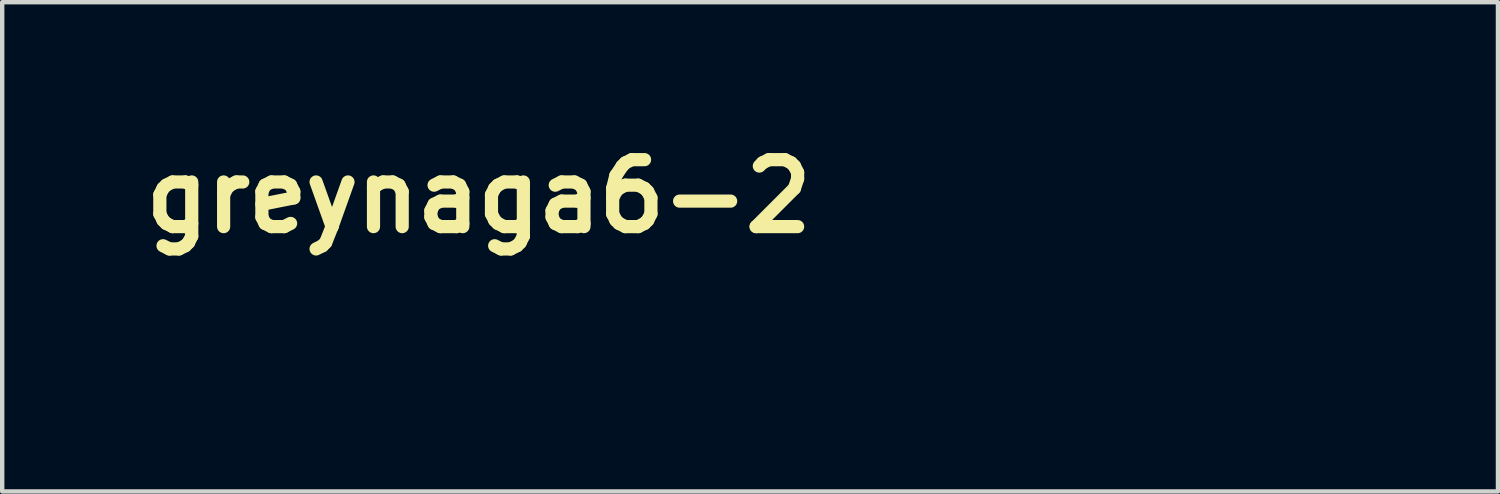
<source format=kicad_pcb>
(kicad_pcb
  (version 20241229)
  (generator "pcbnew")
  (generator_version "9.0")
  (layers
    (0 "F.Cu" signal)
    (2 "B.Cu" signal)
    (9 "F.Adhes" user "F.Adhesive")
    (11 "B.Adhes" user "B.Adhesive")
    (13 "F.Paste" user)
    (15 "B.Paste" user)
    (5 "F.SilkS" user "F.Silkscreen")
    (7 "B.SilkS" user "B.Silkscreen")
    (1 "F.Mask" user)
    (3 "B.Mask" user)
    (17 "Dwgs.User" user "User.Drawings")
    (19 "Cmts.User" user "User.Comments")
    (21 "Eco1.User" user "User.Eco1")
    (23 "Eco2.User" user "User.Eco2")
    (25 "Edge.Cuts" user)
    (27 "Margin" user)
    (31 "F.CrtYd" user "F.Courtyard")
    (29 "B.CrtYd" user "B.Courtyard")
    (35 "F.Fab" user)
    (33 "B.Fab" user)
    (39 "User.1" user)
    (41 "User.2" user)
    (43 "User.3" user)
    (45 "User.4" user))
  (footprint "greynaga6-2"
    (layer "F.Cu")
    (at 24.345 4.368)
    (property "Reference" "greynaga6-2" (at -16.5 -2.95 0) (layer "F.SilkS") (effects (font (size 1.524 1.524) (thickness 0.3))))
    (attr through_hole)
    (fp_poly (pts (xy -1.409 -0.258) (xy -1.362 -0.252) (xy -1.317 -0.242) (xy -1.274 -0.227) (xy -1.236 -0.209) (xy -1.232 -0.206) (xy -1.193 -0.181) (xy -1.158 -0.151) (xy -1.127 -0.119) (xy -1.1 -0.084) (xy -1.079 -0.048) (xy -1.071 -0.032) (xy -1.06 -0.0002) (xy -1.051 0.032) (xy -1.045 0.067) (xy -1.042 0.106) (xy -1.041 0.142) (xy -1.041 0.181) (xy -1.361 0.181) (xy -1.413 0.181) (xy -1.459 0.181) (xy -1.5 0.181) (xy -1.535 0.181) (xy -1.565 0.181) (xy -1.591 0.181) (xy -1.613 0.181) (xy -1.63 0.182) (xy -1.645 0.182) (xy -1.656 0.182) (xy -1.664 0.183) (xy -1.67 0.183) (xy -1.675 0.184) (xy -1.677 0.184) (xy -1.678 0.185) (xy -1.678 0.186) (xy -1.678 0.187) (xy -1.671 0.2) (xy -1.661 0.216) (xy -1.649 0.232) (xy -1.636 0.246) (xy -1.611 0.267) (xy -1.581 0.284) (xy -1.546 0.298) (xy -1.507 0.307) (xy -1.464 0.313) (xy -1.418 0.314) (xy -1.369 0.311) (xy -1.356 0.31) (xy -1.335 0.307) (xy -1.315 0.304) (xy -1.294 0.3) (xy -1.271 0.296) (xy -1.245 0.29) (xy -1.215 0.282) (xy -1.203 0.279) (xy -1.174 0.272) (xy -1.149 0.268) (xy -1.129 0.265) (xy -1.113 0.264) (xy -1.099 0.266) (xy -1.088 0.269) (xy -1.078 0.275) (xy -1.069 0.282) (xy -1.055 0.297) (xy -1.047 0.314) (xy -1.043 0.334) (xy -1.043 0.34) (xy -1.043 0.353) (xy -1.045 0.361) (xy -1.049 0.369) (xy -1.053 0.375) (xy -1.063 0.388) (xy -1.077 0.399) (xy -1.095 0.41) (xy -1.117 0.42) (xy -1.144 0.43) (xy -1.176 0.441) (xy -1.184 0.443) (xy -1.223 0.453) (xy -1.267 0.461) (xy -1.314 0.467) (xy -1.341 0.47) (xy -1.356 0.471) (xy -1.376 0.472) (xy -1.398 0.472) (xy -1.422 0.472) (xy -1.445 0.473) (xy -1.467 0.472) (xy -1.486 0.472) (xy -1.501 0.471) (xy -1.508 0.471) (xy -1.516 0.47) (xy -1.528 0.468) (xy -1.543 0.465) (xy -1.55 0.464) (xy -1.599 0.451) (xy -1.645 0.434) (xy -1.687 0.411) (xy -1.725 0.383) (xy -1.756 0.356) (xy -1.786 0.322) (xy -1.811 0.287) (xy -1.83 0.249) (xy -1.843 0.209) (xy -1.852 0.165) (xy -1.854 0.144) (xy -1.855 0.095) (xy -1.851 0.048) (xy -1.849 0.038) (xy -1.676 0.038) (xy -1.222 0.038) (xy -1.224 0.029) (xy -1.229 0.017) (xy -1.237 0.002) (xy -1.249 -0.014) (xy -1.261 -0.029) (xy -1.264 -0.031) (xy -1.283 -0.047) (xy -1.305 -0.062) (xy -1.329 -0.075) (xy -1.348 -0.083) (xy -1.384 -0.093) (xy -1.423 -0.098) (xy -1.462 -0.098) (xy -1.502 -0.094) (xy -1.539 -0.086) (xy -1.555 -0.081) (xy -1.584 -0.067) (xy -1.611 -0.05) (xy -1.634 -0.03) (xy -1.653 -0.008) (xy -1.667 0.015) (xy -1.672 0.026) (xy -1.676 0.038) (xy -1.849 0.038) (xy -1.84 0.003) (xy -1.824 -0.04) (xy -1.803 -0.079) (xy -1.775 -0.116) (xy -1.742 -0.15) (xy -1.734 -0.158) (xy -1.7 -0.184) (xy -1.667 -0.205) (xy -1.632 -0.223) (xy -1.596 -0.237) (xy -1.551 -0.249) (xy -1.505 -0.256) (xy -1.457 -0.259) (xy -1.409 -0.258)) (stroke (width 0.01) (type solid)) (fill yes) (layer "F.Mask"))
    (fp_poly (pts (xy 3.295 -0.258) (xy 3.342 -0.252) (xy 3.385 -0.243) (xy 3.402 -0.238) (xy 3.436 -0.224) (xy 3.467 -0.206) (xy 3.495 -0.185) (xy 3.518 -0.162) (xy 3.536 -0.136) (xy 3.541 -0.126) (xy 3.546 -0.117) (xy 3.549 -0.109) (xy 3.552 -0.101) (xy 3.555 -0.092) (xy 3.557 -0.082) (xy 3.559 -0.071) (xy 3.56 -0.058) (xy 3.561 -0.041) (xy 3.561 -0.022) (xy 3.562 0.002) (xy 3.562 0.029) (xy 3.562 0.062) (xy 3.562 0.101) (xy 3.562 0.115) (xy 3.562 0.288) (xy 3.595 0.29) (xy 3.622 0.293) (xy 3.644 0.298) (xy 3.661 0.306) (xy 3.674 0.317) (xy 3.684 0.331) (xy 3.688 0.34) (xy 3.69 0.35) (xy 3.691 0.363) (xy 3.691 0.37) (xy 3.691 0.384) (xy 3.689 0.393) (xy 3.687 0.401) (xy 3.683 0.409) (xy 3.681 0.411) (xy 3.673 0.423) (xy 3.663 0.431) (xy 3.653 0.437) (xy 3.634 0.446) (xy 3.517 0.447) (xy 3.4 0.448) (xy 3.4 0.416) (xy 3.382 0.424) (xy 3.356 0.435) (xy 3.325 0.446) (xy 3.294 0.455) (xy 3.264 0.463) (xy 3.243 0.466) (xy 3.219 0.469) (xy 3.192 0.471) (xy 3.164 0.472) (xy 3.136 0.472) (xy 3.111 0.472) (xy 3.088 0.47) (xy 3.073 0.468) (xy 3.033 0.458) (xy 2.996 0.444) (xy 2.962 0.426) (xy 2.932 0.405) (xy 2.907 0.38) (xy 2.886 0.353) (xy 2.871 0.324) (xy 2.865 0.307) (xy 2.862 0.289) (xy 2.861 0.267) (xy 2.861 0.255) (xy 3.029 0.255) (xy 3.032 0.267) (xy 3.041 0.28) (xy 3.054 0.291) (xy 3.072 0.301) (xy 3.093 0.308) (xy 3.1 0.31) (xy 3.117 0.312) (xy 3.138 0.313) (xy 3.163 0.313) (xy 3.188 0.311) (xy 3.213 0.308) (xy 3.236 0.304) (xy 3.239 0.304) (xy 3.272 0.295) (xy 3.304 0.284) (xy 3.336 0.27) (xy 3.364 0.256) (xy 3.402 0.237) (xy 3.403 0.198) (xy 3.404 0.159) (xy 3.384 0.156) (xy 3.346 0.15) (xy 3.308 0.146) (xy 3.27 0.144) (xy 3.235 0.143) (xy 3.202 0.145) (xy 3.174 0.148) (xy 3.151 0.152) (xy 3.122 0.162) (xy 3.095 0.174) (xy 3.073 0.188) (xy 3.054 0.204) (xy 3.04 0.221) (xy 3.032 0.238) (xy 3.029 0.255) (xy 2.861 0.255) (xy 2.861 0.243) (xy 2.864 0.22) (xy 2.869 0.2) (xy 2.871 0.193) (xy 2.882 0.168) (xy 2.895 0.146) (xy 2.912 0.124) (xy 2.926 0.109) (xy 2.959 0.08) (xy 2.994 0.055) (xy 3.033 0.034) (xy 3.075 0.018) (xy 3.122 0.006) (xy 3.14 0.003) (xy 3.165 -0.001) (xy 3.195 -0.003) (xy 3.229 -0.004) (xy 3.264 -0.004) (xy 3.299 -0.002) (xy 3.333 0.000095) (xy 3.364 0.004) (xy 3.392 0.008) (xy 3.392 0.008) (xy 3.4 0.01) (xy 3.4 -0.016) (xy 3.4 -0.033) (xy 3.397 -0.046) (xy 3.392 -0.056) (xy 3.384 -0.066) (xy 3.38 -0.069) (xy 3.365 -0.08) (xy 3.345 -0.088) (xy 3.322 -0.094) (xy 3.294 -0.097) (xy 3.26 -0.098) (xy 3.256 -0.098) (xy 3.237 -0.098) (xy 3.218 -0.097) (xy 3.199 -0.095) (xy 3.178 -0.093) (xy 3.155 -0.089) (xy 3.127 -0.084) (xy 3.1 -0.078) (xy 3.07 -0.072) (xy 3.045 -0.068) (xy 3.026 -0.065) (xy 3.009 -0.064) (xy 2.996 -0.065) (xy 2.985 -0.068) (xy 2.975 -0.072) (xy 2.966 -0.079) (xy 2.961 -0.083) (xy 2.948 -0.099) (xy 2.939 -0.117) (xy 2.935 -0.137) (xy 2.935 -0.158) (xy 2.941 -0.177) (xy 2.949 -0.19) (xy 2.955 -0.197) (xy 2.965 -0.204) (xy 2.978 -0.21) (xy 2.995 -0.217) (xy 3.017 -0.224) (xy 3.029 -0.227) (xy 3.083 -0.241) (xy 3.138 -0.251) (xy 3.192 -0.257) (xy 3.245 -0.259) (xy 3.295 -0.258)) (stroke (width 0.01) (type solid)) (fill yes) (layer "F.Mask"))
    (fp_poly (pts (xy 0.542 -0.256) (xy 0.582 -0.249) (xy 0.619 -0.238) (xy 0.653 -0.222) (xy 0.684 -0.2) (xy 0.707 -0.179) (xy 0.72 -0.165) (xy 0.731 -0.152) (xy 0.739 -0.139) (xy 0.747 -0.124) (xy 0.753 -0.112) (xy 0.758 -0.101) (xy 0.762 -0.091) (xy 0.765 -0.08) (xy 0.768 -0.069) (xy 0.77 -0.055) (xy 0.772 -0.04) (xy 0.773 -0.022) (xy 0.774 -0.001) (xy 0.774 0.025) (xy 0.774 0.055) (xy 0.775 0.09) (xy 0.775 0.127) (xy 0.775 0.288) (xy 0.795 0.29) (xy 0.819 0.295) (xy 0.839 0.304) (xy 0.854 0.316) (xy 0.864 0.332) (xy 0.869 0.353) (xy 0.87 0.368) (xy 0.868 0.39) (xy 0.863 0.407) (xy 0.853 0.421) (xy 0.848 0.426) (xy 0.842 0.431) (xy 0.837 0.435) (xy 0.831 0.439) (xy 0.825 0.441) (xy 0.817 0.443) (xy 0.807 0.444) (xy 0.794 0.445) (xy 0.777 0.446) (xy 0.757 0.446) (xy 0.731 0.446) (xy 0.699 0.446) (xy 0.579 0.446) (xy 0.56 0.437) (xy 0.543 0.426) (xy 0.532 0.414) (xy 0.525 0.399) (xy 0.522 0.379) (xy 0.521 0.377) (xy 0.522 0.353) (xy 0.527 0.333) (xy 0.536 0.317) (xy 0.551 0.305) (xy 0.571 0.296) (xy 0.592 0.291) (xy 0.616 0.287) (xy 0.616 0.143) (xy 0.616 0.106) (xy 0.616 0.074) (xy 0.615 0.048) (xy 0.615 0.026) (xy 0.614 0.008) (xy 0.613 -0.006) (xy 0.612 -0.018) (xy 0.61 -0.027) (xy 0.607 -0.035) (xy 0.604 -0.041) (xy 0.601 -0.048) (xy 0.598 -0.052) (xy 0.585 -0.066) (xy 0.568 -0.079) (xy 0.548 -0.088) (xy 0.54 -0.091) (xy 0.53 -0.094) (xy 0.518 -0.095) (xy 0.503 -0.096) (xy 0.483 -0.097) (xy 0.476 -0.097) (xy 0.457 -0.097) (xy 0.443 -0.096) (xy 0.433 -0.095) (xy 0.424 -0.094) (xy 0.415 -0.091) (xy 0.407 -0.088) (xy 0.383 -0.077) (xy 0.357 -0.062) (xy 0.331 -0.041) (xy 0.312 -0.024) (xy 0.283 0.004) (xy 0.283 0.289) (xy 0.295 0.289) (xy 0.31 0.29) (xy 0.327 0.293) (xy 0.343 0.297) (xy 0.355 0.301) (xy 0.355 0.302) (xy 0.373 0.313) (xy 0.385 0.329) (xy 0.391 0.348) (xy 0.394 0.371) (xy 0.392 0.392) (xy 0.385 0.41) (xy 0.375 0.424) (xy 0.358 0.435) (xy 0.351 0.439) (xy 0.347 0.441) (xy 0.343 0.442) (xy 0.338 0.443) (xy 0.332 0.444) (xy 0.324 0.445) (xy 0.314 0.446) (xy 0.3 0.446) (xy 0.283 0.446) (xy 0.261 0.446) (xy 0.234 0.447) (xy 0.206 0.447) (xy 0.172 0.447) (xy 0.143 0.447) (xy 0.119 0.447) (xy 0.101 0.446) (xy 0.086 0.446) (xy 0.076 0.445) (xy 0.069 0.444) (xy 0.065 0.443) (xy 0.044 0.435) (xy 0.028 0.423) (xy 0.018 0.409) (xy 0.012 0.391) (xy 0.01 0.368) (xy 0.01 0.367) (xy 0.012 0.345) (xy 0.02 0.326) (xy 0.033 0.311) (xy 0.048 0.302) (xy 0.06 0.297) (xy 0.076 0.293) (xy 0.092 0.29) (xy 0.108 0.289) (xy 0.109 0.289) (xy 0.121 0.289) (xy 0.121 -0.078) (xy 0.098 -0.082) (xy 0.085 -0.085) (xy 0.072 -0.089) (xy 0.064 -0.092) (xy 0.047 -0.104) (xy 0.035 -0.119) (xy 0.028 -0.138) (xy 0.026 -0.159) (xy 0.029 -0.182) (xy 0.03 -0.186) (xy 0.038 -0.203) (xy 0.052 -0.218) (xy 0.071 -0.229) (xy 0.076 -0.231) (xy 0.081 -0.233) (xy 0.086 -0.234) (xy 0.093 -0.235) (xy 0.103 -0.236) (xy 0.115 -0.236) (xy 0.131 -0.237) (xy 0.152 -0.237) (xy 0.178 -0.237) (xy 0.185 -0.238) (xy 0.283 -0.239) (xy 0.283 -0.168) (xy 0.302 -0.185) (xy 0.323 -0.201) (xy 0.341 -0.214) (xy 0.36 -0.225) (xy 0.379 -0.235) (xy 0.4 -0.244) (xy 0.421 -0.251) (xy 0.443 -0.255) (xy 0.468 -0.258) (xy 0.497 -0.258) (xy 0.542 -0.256)) (stroke (width 0.01) (type solid)) (fill yes) (layer "F.Mask"))
    (fp_poly (pts (xy 1.429 -0.257) (xy 1.477 -0.25) (xy 1.52 -0.238) (xy 1.559 -0.222) (xy 1.59 -0.205) (xy 1.617 -0.183) (xy 1.64 -0.159) (xy 1.658 -0.132) (xy 1.661 -0.125) (xy 1.665 -0.116) (xy 1.669 -0.107) (xy 1.672 -0.099) (xy 1.675 -0.09) (xy 1.677 -0.079) (xy 1.679 -0.067) (xy 1.68 -0.053) (xy 1.681 -0.035) (xy 1.682 -0.015) (xy 1.682 0.01) (xy 1.683 0.039) (xy 1.683 0.073) (xy 1.683 0.114) (xy 1.683 0.119) (xy 1.683 0.289) (xy 1.703 0.289) (xy 1.733 0.291) (xy 1.759 0.297) (xy 1.779 0.306) (xy 1.795 0.319) (xy 1.805 0.336) (xy 1.81 0.353) (xy 1.811 0.377) (xy 1.807 0.398) (xy 1.798 0.416) (xy 1.784 0.43) (xy 1.765 0.441) (xy 1.758 0.443) (xy 1.753 0.444) (xy 1.745 0.445) (xy 1.736 0.446) (xy 1.723 0.447) (xy 1.706 0.447) (xy 1.685 0.447) (xy 1.66 0.448) (xy 1.631 0.448) (xy 1.521 0.448) (xy 1.521 0.432) (xy 1.521 0.423) (xy 1.52 0.417) (xy 1.519 0.416) (xy 1.516 0.417) (xy 1.508 0.421) (xy 1.502 0.424) (xy 1.478 0.434) (xy 1.45 0.445) (xy 1.418 0.454) (xy 1.385 0.462) (xy 1.353 0.468) (xy 1.348 0.468) (xy 1.333 0.47) (xy 1.313 0.471) (xy 1.291 0.472) (xy 1.268 0.473) (xy 1.246 0.473) (xy 1.226 0.472) (xy 1.209 0.471) (xy 1.2 0.47) (xy 1.157 0.46) (xy 1.117 0.445) (xy 1.081 0.426) (xy 1.049 0.402) (xy 1.031 0.385) (xy 1.011 0.361) (xy 0.996 0.338) (xy 0.987 0.313) (xy 0.981 0.287) (xy 0.98 0.257) (xy 0.98 0.253) (xy 1.149 0.253) (xy 1.152 0.268) (xy 1.161 0.282) (xy 1.176 0.293) (xy 1.196 0.303) (xy 1.219 0.31) (xy 1.234 0.312) (xy 1.253 0.313) (xy 1.276 0.313) (xy 1.299 0.312) (xy 1.321 0.31) (xy 1.341 0.307) (xy 1.346 0.306) (xy 1.391 0.295) (xy 1.438 0.277) (xy 1.478 0.259) (xy 1.522 0.237) (xy 1.523 0.198) (xy 1.523 0.183) (xy 1.523 0.171) (xy 1.523 0.162) (xy 1.522 0.159) (xy 1.522 0.159) (xy 1.518 0.158) (xy 1.509 0.157) (xy 1.497 0.155) (xy 1.491 0.154) (xy 1.446 0.148) (xy 1.403 0.144) (xy 1.362 0.143) (xy 1.326 0.144) (xy 1.294 0.148) (xy 1.266 0.154) (xy 1.265 0.154) (xy 1.235 0.165) (xy 1.209 0.177) (xy 1.187 0.192) (xy 1.169 0.208) (xy 1.157 0.225) (xy 1.15 0.243) (xy 1.149 0.253) (xy 0.98 0.253) (xy 0.98 0.24) (xy 0.981 0.227) (xy 0.984 0.215) (xy 0.988 0.201) (xy 0.99 0.196) (xy 1.003 0.165) (xy 1.022 0.136) (xy 1.046 0.108) (xy 1.056 0.099) (xy 1.091 0.07) (xy 1.13 0.046) (xy 1.172 0.027) (xy 1.218 0.011) (xy 1.269 0.001) (xy 1.277 -0.000348) (xy 1.299 -0.003) (xy 1.325 -0.004) (xy 1.355 -0.004) (xy 1.387 -0.003) (xy 1.42 -0.002) (xy 1.451 0.000411) (xy 1.48 0.004) (xy 1.506 0.007) (xy 1.511 0.008) (xy 1.521 0.01) (xy 1.52 -0.018) (xy 1.52 -0.032) (xy 1.518 -0.042) (xy 1.516 -0.049) (xy 1.513 -0.055) (xy 1.509 -0.059) (xy 1.495 -0.073) (xy 1.476 -0.084) (xy 1.453 -0.091) (xy 1.424 -0.096) (xy 1.39 -0.098) (xy 1.378 -0.098) (xy 1.36 -0.098) (xy 1.343 -0.098) (xy 1.326 -0.096) (xy 1.309 -0.094) (xy 1.29 -0.092) (xy 1.268 -0.088) (xy 1.242 -0.082) (xy 1.224 -0.079) (xy 1.19 -0.072) (xy 1.161 -0.068) (xy 1.138 -0.065) (xy 1.12 -0.065) (xy 1.106 -0.067) (xy 1.097 -0.071) (xy 1.079 -0.084) (xy 1.065 -0.101) (xy 1.057 -0.122) (xy 1.055 -0.136) (xy 1.055 -0.158) (xy 1.06 -0.176) (xy 1.07 -0.191) (xy 1.074 -0.195) (xy 1.081 -0.201) (xy 1.087 -0.205) (xy 1.096 -0.209) (xy 1.107 -0.214) (xy 1.123 -0.219) (xy 1.13 -0.221) (xy 1.167 -0.232) (xy 1.201 -0.241) (xy 1.233 -0.247) (xy 1.267 -0.252) (xy 1.303 -0.256) (xy 1.322 -0.257) (xy 1.377 -0.259) (xy 1.429 -0.257)) (stroke (width 0.01) (type solid)) (fill yes) (layer "F.Mask"))
    (fp_poly (pts (xy -2.416 -0.466) (xy -2.391 -0.466) (xy -2.369 -0.466) (xy -2.35 -0.465) (xy -2.334 -0.464) (xy -2.32 -0.463) (xy -2.308 -0.462) (xy -2.297 -0.46) (xy -2.287 -0.458) (xy -2.277 -0.456) (xy -2.266 -0.453) (xy -2.263 -0.452) (xy -2.223 -0.439) (xy -2.186 -0.421) (xy -2.152 -0.399) (xy -2.121 -0.373) (xy -2.095 -0.345) (xy -2.074 -0.314) (xy -2.064 -0.294) (xy -2.052 -0.261) (xy -2.045 -0.225) (xy -2.042 -0.188) (xy -2.045 -0.155) (xy -2.053 -0.12) (xy -2.066 -0.086) (xy -2.085 -0.055) (xy -2.111 -0.025) (xy -2.121 -0.015) (xy -2.132 -0.005) (xy -2.144 0.005) (xy -2.158 0.016) (xy -2.172 0.027) (xy -2.186 0.036) (xy -2.197 0.043) (xy -2.204 0.047) (xy -2.207 0.048) (xy -2.207 0.05) (xy -2.202 0.055) (xy -2.194 0.064) (xy -2.184 0.074) (xy -2.182 0.075) (xy -2.139 0.122) (xy -2.096 0.173) (xy -2.055 0.227) (xy -2.034 0.26) (xy -2.015 0.289) (xy -1.995 0.289) (xy -1.975 0.29) (xy -1.954 0.294) (xy -1.936 0.299) (xy -1.922 0.306) (xy -1.919 0.307) (xy -1.905 0.32) (xy -1.896 0.336) (xy -1.891 0.356) (xy -1.891 0.368) (xy -1.893 0.391) (xy -1.9 0.41) (xy -1.911 0.425) (xy -1.928 0.436) (xy -1.945 0.443) (xy -1.952 0.445) (xy -1.962 0.446) (xy -1.975 0.447) (xy -1.992 0.447) (xy -2.015 0.448) (xy -2.04 0.448) (xy -2.121 0.448) (xy -2.138 0.416) (xy -2.157 0.384) (xy -2.178 0.352) (xy -2.2 0.319) (xy -2.224 0.286) (xy -2.248 0.254) (xy -2.273 0.224) (xy -2.297 0.196) (xy -2.321 0.17) (xy -2.343 0.148) (xy -2.363 0.13) (xy -2.381 0.116) (xy -2.389 0.111) (xy -2.405 0.102) (xy -2.48 0.102) (xy -2.556 0.102) (xy -2.556 0.289) (xy -2.52 0.289) (xy -2.489 0.29) (xy -2.463 0.294) (xy -2.442 0.3) (xy -2.426 0.309) (xy -2.413 0.32) (xy -2.407 0.33) (xy -2.402 0.34) (xy -2.4 0.349) (xy -2.399 0.361) (xy -2.399 0.368) (xy -2.401 0.391) (xy -2.407 0.41) (xy -2.418 0.424) (xy -2.426 0.43) (xy -2.431 0.434) (xy -2.437 0.437) (xy -2.443 0.44) (xy -2.449 0.442) (xy -2.458 0.444) (xy -2.468 0.445) (xy -2.481 0.446) (xy -2.497 0.447) (xy -2.518 0.447) (xy -2.542 0.447) (xy -2.572 0.448) (xy -2.607 0.448) (xy -2.622 0.448) (xy -2.658 0.448) (xy -2.688 0.447) (xy -2.712 0.447) (xy -2.733 0.447) (xy -2.749 0.447) (xy -2.761 0.446) (xy -2.771 0.446) (xy -2.779 0.445) (xy -2.785 0.444) (xy -2.789 0.443) (xy -2.793 0.442) (xy -2.813 0.432) (xy -2.828 0.418) (xy -2.838 0.401) (xy -2.842 0.38) (xy -2.842 0.356) (xy -2.841 0.352) (xy -2.835 0.332) (xy -2.824 0.316) (xy -2.808 0.304) (xy -2.786 0.295) (xy -2.761 0.29) (xy -2.736 0.289) (xy -2.718 0.289) (xy -2.718 -0.057) (xy -2.556 -0.057) (xy -2.506 -0.057) (xy -2.484 -0.057) (xy -2.46 -0.058) (xy -2.436 -0.059) (xy -2.416 -0.06) (xy -2.413 -0.06) (xy -2.379 -0.064) (xy -2.35 -0.069) (xy -2.323 -0.076) (xy -2.298 -0.086) (xy -2.293 -0.089) (xy -2.271 -0.101) (xy -2.251 -0.116) (xy -2.235 -0.133) (xy -2.223 -0.15) (xy -2.22 -0.154) (xy -2.215 -0.171) (xy -2.213 -0.191) (xy -2.214 -0.21) (xy -2.219 -0.227) (xy -2.219 -0.227) (xy -2.231 -0.247) (xy -2.249 -0.265) (xy -2.272 -0.281) (xy -2.298 -0.294) (xy -2.31 -0.298) (xy -2.317 -0.3) (xy -2.323 -0.302) (xy -2.329 -0.303) (xy -2.336 -0.304) (xy -2.345 -0.305) (xy -2.356 -0.306) (xy -2.371 -0.306) (xy -2.389 -0.307) (xy -2.412 -0.307) (xy -2.441 -0.307) (xy -2.446 -0.307) (xy -2.556 -0.308) (xy -2.556 -0.057) (xy -2.718 -0.057) (xy -2.718 -0.307) (xy -2.749 -0.309) (xy -2.777 -0.312) (xy -2.8 -0.318) (xy -2.817 -0.328) (xy -2.83 -0.341) (xy -2.838 -0.358) (xy -2.842 -0.378) (xy -2.842 -0.389) (xy -2.841 -0.411) (xy -2.835 -0.428) (xy -2.826 -0.442) (xy -2.813 -0.452) (xy -2.802 -0.458) (xy -2.786 -0.465) (xy -2.567 -0.466) (xy -2.521 -0.466) (xy -2.481 -0.466) (xy -2.446 -0.466) (xy -2.416 -0.466)) (stroke (width 0.01) (type solid)) (fill yes) (layer "F.Mask"))
    (fp_poly (pts (xy -2.975 -0.487) (xy -2.959 -0.482) (xy -2.949 -0.475) (xy -2.942 -0.467) (xy -2.935 -0.456) (xy -2.926 -0.437) (xy -2.925 -0.333) (xy -2.925 -0.303) (xy -2.924 -0.279) (xy -2.925 -0.259) (xy -2.925 -0.244) (xy -2.925 -0.233) (xy -2.926 -0.224) (xy -2.927 -0.217) (xy -2.929 -0.212) (xy -2.937 -0.191) (xy -2.947 -0.176) (xy -2.962 -0.166) (xy -2.98 -0.16) (xy -3.001 -0.159) (xy -3.015 -0.159) (xy -3.028 -0.161) (xy -3.036 -0.163) (xy -3.036 -0.163) (xy -3.048 -0.17) (xy -3.057 -0.181) (xy -3.066 -0.196) (xy -3.074 -0.216) (xy -3.082 -0.242) (xy -3.083 -0.243) (xy -3.09 -0.26) (xy -3.104 -0.276) (xy -3.122 -0.29) (xy -3.145 -0.303) (xy -3.171 -0.313) (xy -3.201 -0.321) (xy -3.232 -0.327) (xy -3.266 -0.33) (xy -3.301 -0.33) (xy -3.336 -0.327) (xy -3.344 -0.326) (xy -3.386 -0.316) (xy -3.424 -0.302) (xy -3.459 -0.283) (xy -3.49 -0.259) (xy -3.517 -0.231) (xy -3.539 -0.2) (xy -3.556 -0.164) (xy -3.568 -0.126) (xy -3.57 -0.115) (xy -3.572 -0.101) (xy -3.573 -0.083) (xy -3.574 -0.061) (xy -3.575 -0.036) (xy -3.575 -0.009) (xy -3.575 0.018) (xy -3.575 0.044) (xy -3.574 0.069) (xy -3.573 0.09) (xy -3.572 0.108) (xy -3.57 0.12) (xy -3.56 0.158) (xy -3.545 0.191) (xy -3.525 0.22) (xy -3.501 0.246) (xy -3.472 0.267) (xy -3.438 0.284) (xy -3.399 0.297) (xy -3.355 0.306) (xy -3.34 0.308) (xy -3.296 0.311) (xy -3.251 0.31) (xy -3.205 0.306) (xy -3.161 0.298) (xy -3.12 0.286) (xy -3.108 0.282) (xy -3.083 0.273) (xy -3.083 0.169) (xy -3.177 0.167) (xy -3.208 0.167) (xy -3.232 0.166) (xy -3.252 0.165) (xy -3.268 0.164) (xy -3.28 0.162) (xy -3.291 0.16) (xy -3.299 0.157) (xy -3.307 0.154) (xy -3.314 0.149) (xy -3.315 0.148) (xy -3.328 0.136) (xy -3.337 0.119) (xy -3.342 0.1) (xy -3.342 0.078) (xy -3.34 0.063) (xy -3.334 0.045) (xy -3.324 0.032) (xy -3.309 0.021) (xy -3.297 0.016) (xy -3.278 0.008) (xy -3.104 0.008) (xy -3.065 0.008) (xy -3.033 0.008) (xy -3.006 0.008) (xy -2.984 0.008) (xy -2.965 0.009) (xy -2.951 0.009) (xy -2.939 0.009) (xy -2.93 0.01) (xy -2.923 0.011) (xy -2.918 0.012) (xy -2.913 0.013) (xy -2.911 0.014) (xy -2.89 0.023) (xy -2.874 0.036) (xy -2.864 0.053) (xy -2.858 0.073) (xy -2.858 0.084) (xy -2.86 0.107) (xy -2.867 0.127) (xy -2.879 0.143) (xy -2.896 0.155) (xy -2.905 0.16) (xy -2.924 0.169) (xy -2.924 0.375) (xy -2.969 0.397) (xy -3.009 0.415) (xy -3.046 0.43) (xy -3.08 0.442) (xy -3.114 0.452) (xy -3.149 0.461) (xy -3.156 0.462) (xy -3.169 0.464) (xy -3.187 0.466) (xy -3.208 0.467) (xy -3.233 0.468) (xy -3.259 0.469) (xy -3.284 0.469) (xy -3.309 0.469) (xy -3.331 0.468) (xy -3.35 0.467) (xy -3.361 0.466) (xy -3.401 0.46) (xy -3.442 0.451) (xy -3.481 0.439) (xy -3.517 0.425) (xy -3.543 0.412) (xy -3.582 0.388) (xy -3.617 0.359) (xy -3.648 0.326) (xy -3.674 0.288) (xy -3.697 0.247) (xy -3.714 0.203) (xy -3.727 0.156) (xy -3.733 0.115) (xy -3.735 0.099) (xy -3.736 0.077) (xy -3.736 0.053) (xy -3.737 0.025) (xy -3.737 -0.003) (xy -3.737 -0.03) (xy -3.736 -0.056) (xy -3.735 -0.079) (xy -3.734 -0.097) (xy -3.734 -0.101) (xy -3.726 -0.147) (xy -3.714 -0.193) (xy -3.698 -0.235) (xy -3.694 -0.243) (xy -3.679 -0.273) (xy -3.663 -0.299) (xy -3.645 -0.323) (xy -3.624 -0.347) (xy -3.608 -0.364) (xy -3.573 -0.396) (xy -3.537 -0.423) (xy -3.498 -0.445) (xy -3.457 -0.462) (xy -3.411 -0.476) (xy -3.393 -0.48) (xy -3.381 -0.482) (xy -3.37 -0.484) (xy -3.359 -0.486) (xy -3.345 -0.486) (xy -3.329 -0.487) (xy -3.308 -0.487) (xy -3.289 -0.487) (xy -3.262 -0.487) (xy -3.24 -0.487) (xy -3.223 -0.486) (xy -3.208 -0.484) (xy -3.194 -0.483) (xy -3.188 -0.482) (xy -3.162 -0.476) (xy -3.134 -0.468) (xy -3.107 -0.459) (xy -3.083 -0.45) (xy -3.081 -0.449) (xy -3.069 -0.444) (xy -3.063 -0.443) (xy -3.061 -0.444) (xy -3.057 -0.452) (xy -3.049 -0.462) (xy -3.04 -0.472) (xy -3.03 -0.48) (xy -3.027 -0.482) (xy -3.012 -0.487) (xy -2.994 -0.489) (xy -2.975 -0.487)) (stroke (width 0.01) (type solid)) (fill yes) (layer "F.Mask"))
    (fp_poly (pts (xy 2.299 -0.258) (xy 2.316 -0.258) (xy 2.329 -0.257) (xy 2.34 -0.256) (xy 2.35 -0.255) (xy 2.36 -0.252) (xy 2.369 -0.25) (xy 2.404 -0.239) (xy 2.437 -0.224) (xy 2.468 -0.206) (xy 2.473 -0.202) (xy 2.494 -0.187) (xy 2.496 -0.238) (xy 2.602 -0.238) (xy 2.631 -0.238) (xy 2.658 -0.238) (xy 2.681 -0.237) (xy 2.7 -0.237) (xy 2.714 -0.236) (xy 2.723 -0.235) (xy 2.724 -0.235) (xy 2.745 -0.227) (xy 2.762 -0.215) (xy 2.775 -0.2) (xy 2.782 -0.181) (xy 2.784 -0.162) (xy 2.783 -0.141) (xy 2.778 -0.124) (xy 2.769 -0.11) (xy 2.767 -0.108) (xy 2.754 -0.097) (xy 2.738 -0.089) (xy 2.719 -0.083) (xy 2.695 -0.08) (xy 2.69 -0.08) (xy 2.657 -0.078) (xy 2.657 0.198) (xy 2.657 0.251) (xy 2.657 0.299) (xy 2.657 0.341) (xy 2.657 0.378) (xy 2.657 0.41) (xy 2.656 0.438) (xy 2.656 0.462) (xy 2.655 0.482) (xy 2.654 0.499) (xy 2.653 0.514) (xy 2.652 0.527) (xy 2.651 0.537) (xy 2.649 0.546) (xy 2.647 0.555) (xy 2.645 0.562) (xy 2.644 0.564) (xy 2.63 0.602) (xy 2.609 0.637) (xy 2.584 0.668) (xy 2.554 0.696) (xy 2.52 0.72) (xy 2.482 0.739) (xy 2.443 0.753) (xy 2.437 0.754) (xy 2.43 0.756) (xy 2.424 0.757) (xy 2.416 0.758) (xy 2.406 0.759) (xy 2.394 0.759) (xy 2.379 0.76) (xy 2.36 0.76) (xy 2.336 0.76) (xy 2.307 0.761) (xy 2.283 0.761) (xy 2.253 0.761) (xy 2.226 0.761) (xy 2.2 0.761) (xy 2.178 0.76) (xy 2.16 0.76) (xy 2.146 0.76) (xy 2.138 0.759) (xy 2.136 0.759) (xy 2.114 0.751) (xy 2.096 0.739) (xy 2.084 0.723) (xy 2.077 0.704) (xy 2.076 0.703) (xy 2.074 0.68) (xy 2.076 0.659) (xy 2.083 0.64) (xy 2.094 0.626) (xy 2.095 0.624) (xy 2.102 0.619) (xy 2.108 0.615) (xy 2.116 0.612) (xy 2.126 0.609) (xy 2.138 0.607) (xy 2.154 0.605) (xy 2.173 0.604) (xy 2.196 0.604) (xy 2.225 0.603) (xy 2.259 0.603) (xy 2.26 0.603) (xy 2.294 0.603) (xy 2.322 0.603) (xy 2.345 0.602) (xy 2.365 0.601) (xy 2.38 0.6) (xy 2.393 0.598) (xy 2.404 0.596) (xy 2.414 0.593) (xy 2.423 0.59) (xy 2.428 0.588) (xy 2.45 0.574) (xy 2.468 0.558) (xy 2.482 0.537) (xy 2.484 0.534) (xy 2.494 0.513) (xy 2.496 0.396) (xy 2.476 0.41) (xy 2.452 0.424) (xy 2.425 0.438) (xy 2.396 0.45) (xy 2.368 0.459) (xy 2.337 0.465) (xy 2.302 0.469) (xy 2.264 0.47) (xy 2.227 0.468) (xy 2.19 0.462) (xy 2.161 0.455) (xy 2.118 0.44) (xy 2.078 0.419) (xy 2.041 0.393) (xy 2.007 0.363) (xy 1.978 0.33) (xy 1.953 0.293) (xy 1.933 0.253) (xy 1.918 0.211) (xy 1.918 0.208) (xy 1.908 0.159) (xy 1.905 0.11) (xy 1.905 0.105) (xy 2.066 0.105) (xy 2.069 0.141) (xy 2.078 0.174) (xy 2.092 0.205) (xy 2.112 0.233) (xy 2.117 0.238) (xy 2.144 0.264) (xy 2.175 0.284) (xy 2.208 0.299) (xy 2.243 0.308) (xy 2.279 0.311) (xy 2.317 0.308) (xy 2.327 0.306) (xy 2.361 0.296) (xy 2.392 0.281) (xy 2.421 0.261) (xy 2.446 0.237) (xy 2.466 0.21) (xy 2.482 0.179) (xy 2.491 0.151) (xy 2.495 0.125) (xy 2.495 0.097) (xy 2.492 0.07) (xy 2.486 0.044) (xy 2.485 0.042) (xy 2.471 0.01) (xy 2.451 -0.019) (xy 2.427 -0.044) (xy 2.4 -0.065) (xy 2.369 -0.082) (xy 2.337 -0.094) (xy 2.303 -0.1) (xy 2.268 -0.101) (xy 2.263 -0.1) (xy 2.243 -0.098) (xy 2.226 -0.094) (xy 2.209 -0.089) (xy 2.191 -0.081) (xy 2.182 -0.077) (xy 2.167 -0.07) (xy 2.154 -0.062) (xy 2.143 -0.053) (xy 2.13 -0.04) (xy 2.126 -0.037) (xy 2.103 -0.011) (xy 2.086 0.016) (xy 2.074 0.045) (xy 2.068 0.076) (xy 2.066 0.105) (xy 1.905 0.105) (xy 1.907 0.062) (xy 1.915 0.014) (xy 1.93 -0.031) (xy 1.942 -0.059) (xy 1.955 -0.084) (xy 1.968 -0.106) (xy 1.984 -0.126) (xy 2.003 -0.147) (xy 2.02 -0.164) (xy 2.055 -0.193) (xy 2.093 -0.217) (xy 2.133 -0.236) (xy 2.178 -0.25) (xy 2.186 -0.252) (xy 2.197 -0.254) (xy 2.209 -0.256) (xy 2.221 -0.257) (xy 2.236 -0.258) (xy 2.254 -0.258) (xy 2.276 -0.258) (xy 2.299 -0.258)) (stroke (width 0.01) (type solid)) (fill yes) (layer "F.Mask"))
    (fp_poly (pts (xy -0.693 -0.238) (xy -0.678 -0.238) (xy -0.667 -0.237) (xy -0.658 -0.237) (xy -0.65 -0.236) (xy -0.644 -0.234) (xy -0.638 -0.233) (xy -0.635 -0.232) (xy -0.615 -0.224) (xy -0.601 -0.214) (xy -0.591 -0.2) (xy -0.586 -0.182) (xy -0.585 -0.16) (xy -0.585 -0.152) (xy -0.586 -0.137) (xy -0.589 -0.127) (xy -0.592 -0.118) (xy -0.595 -0.115) (xy -0.608 -0.1) (xy -0.626 -0.09) (xy -0.649 -0.083) (xy -0.651 -0.082) (xy -0.661 -0.08) (xy -0.669 -0.079) (xy -0.672 -0.078) (xy -0.671 -0.075) (xy -0.667 -0.067) (xy -0.661 -0.054) (xy -0.653 -0.038) (xy -0.643 -0.019) (xy -0.632 0.003) (xy -0.62 0.028) (xy -0.607 0.053) (xy -0.593 0.08) (xy -0.58 0.106) (xy -0.566 0.133) (xy -0.553 0.158) (xy -0.54 0.182) (xy -0.529 0.204) (xy -0.519 0.223) (xy -0.511 0.239) (xy -0.504 0.251) (xy -0.5 0.258) (xy -0.499 0.26) (xy -0.497 0.258) (xy -0.492 0.25) (xy -0.485 0.237) (xy -0.476 0.221) (xy -0.465 0.2) (xy -0.452 0.177) (xy -0.438 0.151) (xy -0.422 0.122) (xy -0.406 0.092) (xy -0.405 0.091) (xy -0.314 -0.078) (xy -0.332 -0.08) (xy -0.359 -0.086) (xy -0.38 -0.095) (xy -0.395 -0.108) (xy -0.406 -0.125) (xy -0.412 -0.145) (xy -0.412 -0.168) (xy -0.412 -0.169) (xy -0.409 -0.186) (xy -0.403 -0.2) (xy -0.393 -0.212) (xy -0.39 -0.215) (xy -0.385 -0.22) (xy -0.379 -0.225) (xy -0.373 -0.228) (xy -0.365 -0.231) (xy -0.356 -0.233) (xy -0.344 -0.234) (xy -0.328 -0.236) (xy -0.309 -0.236) (xy -0.285 -0.237) (xy -0.255 -0.237) (xy -0.24 -0.237) (xy -0.21 -0.238) (xy -0.186 -0.238) (xy -0.167 -0.238) (xy -0.152 -0.238) (xy -0.14 -0.237) (xy -0.131 -0.237) (xy -0.124 -0.236) (xy -0.117 -0.235) (xy -0.111 -0.233) (xy -0.108 -0.232) (xy -0.088 -0.224) (xy -0.073 -0.212) (xy -0.063 -0.198) (xy -0.06 -0.19) (xy -0.058 -0.174) (xy -0.058 -0.156) (xy -0.06 -0.138) (xy -0.064 -0.123) (xy -0.065 -0.119) (xy -0.075 -0.106) (xy -0.09 -0.095) (xy -0.107 -0.086) (xy -0.12 -0.082) (xy -0.138 -0.079) (xy -0.317 0.26) (xy -0.34 0.303) (xy -0.361 0.345) (xy -0.382 0.385) (xy -0.402 0.422) (xy -0.42 0.457) (xy -0.437 0.489) (xy -0.452 0.518) (xy -0.465 0.543) (xy -0.476 0.563) (xy -0.485 0.58) (xy -0.491 0.592) (xy -0.494 0.599) (xy -0.495 0.601) (xy -0.492 0.602) (xy -0.485 0.603) (xy -0.474 0.604) (xy -0.471 0.604) (xy -0.445 0.608) (xy -0.425 0.614) (xy -0.41 0.622) (xy -0.399 0.634) (xy -0.396 0.639) (xy -0.392 0.647) (xy -0.39 0.656) (xy -0.389 0.668) (xy -0.389 0.681) (xy -0.389 0.695) (xy -0.39 0.706) (xy -0.392 0.713) (xy -0.396 0.721) (xy -0.398 0.724) (xy -0.407 0.737) (xy -0.419 0.747) (xy -0.435 0.754) (xy -0.444 0.757) (xy -0.448 0.758) (xy -0.454 0.759) (xy -0.46 0.76) (xy -0.469 0.76) (xy -0.48 0.761) (xy -0.495 0.761) (xy -0.513 0.761) (xy -0.534 0.762) (xy -0.561 0.762) (xy -0.592 0.762) (xy -0.628 0.762) (xy -0.667 0.762) (xy -0.709 0.762) (xy -0.746 0.762) (xy -0.777 0.762) (xy -0.803 0.761) (xy -0.825 0.761) (xy -0.843 0.761) (xy -0.856 0.76) (xy -0.867 0.76) (xy -0.875 0.759) (xy -0.88 0.758) (xy -0.884 0.757) (xy -0.884 0.757) (xy -0.899 0.75) (xy -0.911 0.74) (xy -0.922 0.726) (xy -0.922 0.725) (xy -0.927 0.716) (xy -0.93 0.708) (xy -0.932 0.697) (xy -0.933 0.684) (xy -0.933 0.671) (xy -0.932 0.661) (xy -0.93 0.653) (xy -0.926 0.645) (xy -0.919 0.634) (xy -0.91 0.624) (xy -0.906 0.622) (xy -0.898 0.617) (xy -0.89 0.613) (xy -0.881 0.61) (xy -0.87 0.607) (xy -0.856 0.605) (xy -0.838 0.604) (xy -0.817 0.604) (xy -0.79 0.603) (xy -0.765 0.603) (xy -0.674 0.603) (xy -0.632 0.523) (xy -0.621 0.503) (xy -0.611 0.484) (xy -0.602 0.468) (xy -0.596 0.455) (xy -0.591 0.446) (xy -0.59 0.442) (xy -0.59 0.442) (xy -0.591 0.438) (xy -0.595 0.43) (xy -0.602 0.417) (xy -0.611 0.4) (xy -0.622 0.378) (xy -0.635 0.353) (xy -0.65 0.324) (xy -0.666 0.293) (xy -0.683 0.259) (xy -0.702 0.223) (xy -0.721 0.185) (xy -0.724 0.181) (xy -0.857 -0.078) (xy -0.871 -0.081) (xy -0.893 -0.089) (xy -0.91 -0.1) (xy -0.923 -0.113) (xy -0.93 -0.13) (xy -0.933 -0.151) (xy -0.933 -0.159) (xy -0.932 -0.181) (xy -0.926 -0.198) (xy -0.917 -0.212) (xy -0.902 -0.223) (xy -0.891 -0.229) (xy -0.886 -0.231) (xy -0.882 -0.233) (xy -0.877 -0.234) (xy -0.87 -0.235) (xy -0.861 -0.236) (xy -0.85 -0.236) (xy -0.835 -0.237) (xy -0.815 -0.237) (xy -0.791 -0.237) (xy -0.766 -0.238) (xy -0.736 -0.238) (xy -0.712 -0.238) (xy -0.693 -0.238)) (stroke (width 0.01) (type solid)) (fill yes) (layer "F.Mask")))
  (gr_rect
    (start -3 -3)
    (end 31.041 8.135)
    (stroke (width 0.1) (type default))
    (fill no)
    (layer "Edge.Cuts")))
</source>
